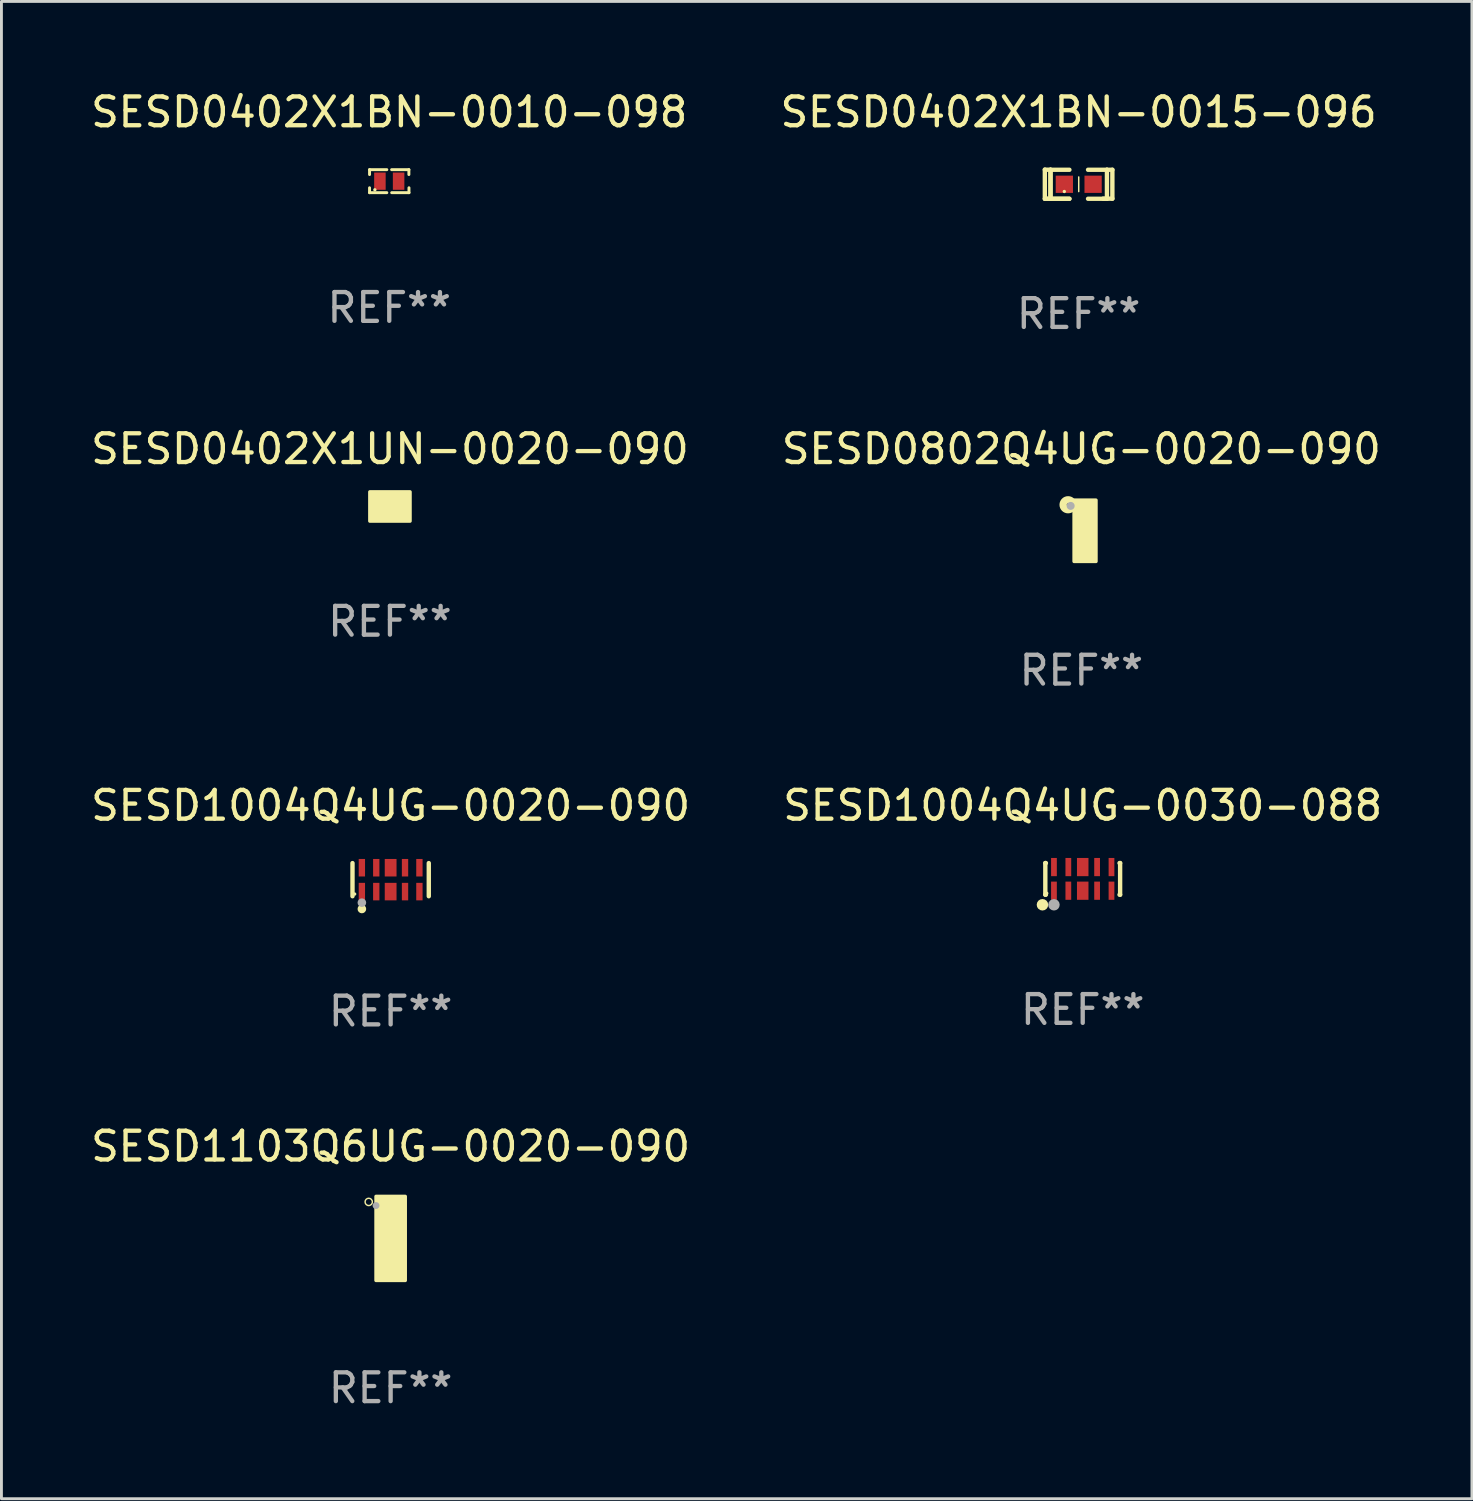
<source format=kicad_pcb>
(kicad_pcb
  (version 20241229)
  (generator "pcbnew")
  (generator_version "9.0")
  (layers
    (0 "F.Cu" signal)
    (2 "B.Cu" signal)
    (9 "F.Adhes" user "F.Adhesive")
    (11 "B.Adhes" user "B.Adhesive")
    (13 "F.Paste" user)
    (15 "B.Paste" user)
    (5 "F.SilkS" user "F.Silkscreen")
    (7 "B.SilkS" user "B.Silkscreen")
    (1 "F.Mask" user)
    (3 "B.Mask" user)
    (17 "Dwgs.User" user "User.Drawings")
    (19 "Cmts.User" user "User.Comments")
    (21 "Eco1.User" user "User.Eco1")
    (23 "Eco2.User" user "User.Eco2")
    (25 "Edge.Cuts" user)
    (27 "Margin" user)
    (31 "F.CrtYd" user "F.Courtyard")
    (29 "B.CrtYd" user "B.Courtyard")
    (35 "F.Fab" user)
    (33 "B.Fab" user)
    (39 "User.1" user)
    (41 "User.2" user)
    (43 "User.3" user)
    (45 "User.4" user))
  (footprint "SESD0402X1UN-0020-090"
    (layer "F.Cu")
    (at 10.506 14.557)
    (property "Reference" "SESD0402X1UN-0020-090" (at 0 -2 0) (layer "F.SilkS") (effects (font (size 1 1) (thickness 0.15))))
    (attr through_hole)
    (fp_circle (center -0.5 0.3) (end -0.47 0.3) (stroke (width 0.06) (type solid)) (fill no) (layer "F.SilkS"))
    (fp_poly (pts (xy -0.699 -0.508) (xy 0.698 -0.508) (xy 0.698 0.508) (xy -0.699 0.508)) (stroke (width 0.12) (type solid)) (fill yes) (layer "F.SilkS"))
    (fp_text user "REF**" (at 0 4 0) (layer "F.Fab") (effects (font (size 1 1) (thickness 0.15))))
    (pad "1" smd rect (at -0.325 0) (size 0.4 0.7) (layers "F.Cu" "F.Mask" "F.Paste"))
    (pad "2" smd rect (at 0.325 0) (size 0.4 0.7) (layers "F.Cu" "F.Mask" "F.Paste")))
  (footprint "SESD1004Q4UG-0030-088"
    (layer "F.Cu")
    (at 34.589 27.503)
    (property "Reference" "SESD1004Q4UG-0030-088" (at 0 -2.55 0) (layer "F.SilkS") (effects (font (size 1 1) (thickness 0.15))))
    (attr through_hole)
    (fp_line (start -1.3 -0.55) (end -1.3 0.55) (stroke (width 0.152) (type solid)) (layer "F.SilkS"))
    (fp_line (start -1.3 0.55) (end -1.28 0.55) (stroke (width 0.152) (type solid)) (layer "F.SilkS"))
    (fp_line (start -1.28 -0.55) (end -1.3 -0.55) (stroke (width 0.152) (type solid)) (layer "F.SilkS"))
    (fp_line (start 1.28 0.55) (end 1.3 0.55) (stroke (width 0.152) (type solid)) (layer "F.SilkS"))
    (fp_line (start 1.3 -0.55) (end 1.28 -0.55) (stroke (width 0.152) (type solid)) (layer "F.SilkS"))
    (fp_line (start 1.3 0.55) (end 1.3 -0.55) (stroke (width 0.152) (type solid)) (layer "F.SilkS"))
    (fp_circle (center -1.4 0.9) (end -1.3 0.9) (stroke (width 0.2) (type solid)) (fill no) (layer "F.SilkS"))
    (fp_circle (center -1.25 0.5) (end -1.22 0.5) (stroke (width 0.06) (type solid)) (fill no) (layer "F.SilkS"))
    (fp_circle (center -1 0.9) (end -0.9 0.9) (stroke (width 0.2) (type solid)) (fill no) (layer "F.Fab"))
    (fp_text user "REF**" (at 0 4.55 0) (layer "F.Fab") (effects (font (size 1 1) (thickness 0.15))))
    (pad "1" smd rect (at -1 0.411) (size 0.2 0.633) (layers "F.Cu" "F.Mask" "F.Paste"))
    (pad "2" smd rect (at -0.5 0.411) (size 0.2 0.633) (layers "F.Cu" "F.Mask" "F.Paste"))
    (pad "3" smd rect (at 0 0.411) (size 0.4 0.633) (layers "F.Cu" "F.Mask" "F.Paste"))
    (pad "4" smd rect (at 0.5 0.411) (size 0.2 0.633) (layers "F.Cu" "F.Mask" "F.Paste"))
    (pad "5" smd rect (at 1 0.411) (size 0.2 0.633) (layers "F.Cu" "F.Mask" "F.Paste"))
    (pad "6" smd rect (at 1 -0.411) (size 0.2 0.633) (layers "F.Cu" "F.Mask" "F.Paste"))
    (pad "7" smd rect (at 0.5 -0.411) (size 0.2 0.633) (layers "F.Cu" "F.Mask" "F.Paste"))
    (pad "8" smd rect (at 0 -0.411) (size 0.4 0.633) (layers "F.Cu" "F.Mask" "F.Paste"))
    (pad "9" smd rect (at -0.5 -0.411) (size 0.2 0.633) (layers "F.Cu" "F.Mask" "F.Paste"))
    (pad "10" smd rect (at -1 -0.411) (size 0.2 0.633) (layers "F.Cu" "F.Mask" "F.Paste")))
  (footprint "SESD0802Q4UG-0020-090"
    (layer "F.Cu")
    (at 34.542 15.407)
    (property "Reference" "SESD0802Q4UG-0020-090" (at 0 -2.85 0) (layer "F.SilkS") (effects (font (size 1 1) (thickness 0.15))))
    (attr through_hole)
    (fp_line (start -0.252 -0.65) (end -0.253 -0.65) (stroke (width 0.051) (type solid)) (layer "F.SilkS"))
    (fp_line (start -0.252 -0.65) (end -0.253 -0.65) (stroke (width 0.051) (type solid)) (layer "F.SilkS"))
    (fp_circle (center -0.462 -0.91) (end -0.417 -0.91) (stroke (width 0.254) (type solid)) (fill no) (layer "F.SilkS"))
    (fp_circle (center -0.172 -1) (end -0.142 -1) (stroke (width 0.06) (type solid)) (fill no) (layer "F.SilkS"))
    (fp_poly (pts (xy -0.253 -1.07) (xy 0.508 -1.07) (xy 0.508 1.06) (xy -0.253 1.06)) (stroke (width 0.12) (type solid)) (fill yes) (layer "F.SilkS"))
    (fp_circle (center -0.372 -0.87) (end -0.302 -0.87) (stroke (width 0.14) (type solid)) (fill no) (layer "F.Fab"))
    (fp_text user "REF**" (at 0 4.85 0) (layer "F.Fab") (effects (font (size 1 1) (thickness 0.15))))
    (pad "1" smd rect (at 0.003 -0.85) (size 0.35 0.2) (layers "F.Cu" "F.Mask" "F.Paste"))
    (pad "2" smd rect (at 0.003 0.45 180) (size 0.35 0.2) (layers "F.Cu" "F.Mask" "F.Paste"))
    (pad "3" smd rect (at 0.253 0.85) (size 0.35 0.2) (layers "F.Cu" "F.Mask" "F.Paste"))
    (pad "4" smd rect (at 0.253 -0.45) (size 0.35 0.2) (layers "F.Cu" "F.Mask" "F.Paste"))
    (pad "G" smd rect (at 0.128 0) (size 0.5 0.3) (layers "F.Cu" "F.Mask" "F.Paste")))
  (footprint "SESD0402X1BN-0015-096"
    (layer "F.Cu")
    (at 34.446 3.354)
    (property "Reference" "SESD0402X1BN-0015-096" (at 0 -2.506 0) (layer "F.SilkS") (effects (font (size 1 1) (thickness 0.15))))
    (attr through_hole)
    (fp_line (start -1.174 -0.506) (end -0.977 -0.502) (stroke (width 0.152) (type solid)) (layer "F.SilkS"))
    (fp_line (start -1.174 0.506) (end -1.174 -0.506) (stroke (width 0.152) (type solid)) (layer "F.SilkS"))
    (fp_line (start -0.977 -0.502) (end -0.977 0.506) (stroke (width 0.152) (type solid)) (layer "F.SilkS"))
    (fp_line (start -0.977 -0.502) (end -0.977 0.506) (stroke (width 0.152) (type solid)) (layer "F.SilkS"))
    (fp_line (start -0.977 0.506) (end -1.166 0.506) (stroke (width 0.152) (type solid)) (layer "F.SilkS"))
    (fp_line (start -0.977 0.506) (end -0.32 0.506) (stroke (width 0.152) (type solid)) (layer "F.SilkS"))
    (fp_line (start -0.977 0.506) (end -0.32 0.506) (stroke (width 0.152) (type solid)) (layer "F.SilkS"))
    (fp_line (start -0.971 0.506) (end -1.174 0.506) (stroke (width 0.152) (type solid)) (layer "F.SilkS"))
    (fp_line (start -0.32 -0.502) (end -0.977 -0.502) (stroke (width 0.152) (type solid)) (layer "F.SilkS"))
    (fp_line (start 0.004 -0.252) (end 0.004 0.256) (stroke (width 0.051) (type solid)) (layer "F.SilkS"))
    (fp_line (start 0.328 0.506) (end 0.985 0.506) (stroke (width 0.152) (type solid)) (layer "F.SilkS"))
    (fp_line (start 0.985 -0.502) (end 0.328 -0.502) (stroke (width 0.152) (type solid)) (layer "F.SilkS"))
    (fp_line (start 0.985 -0.502) (end 1.174 -0.502) (stroke (width 0.152) (type solid)) (layer "F.SilkS"))
    (fp_line (start 0.985 0.506) (end 0.985 -0.502) (stroke (width 0.152) (type solid)) (layer "F.SilkS"))
    (fp_line (start 1.174 -0.502) (end 1.174 0.502) (stroke (width 0.152) (type solid)) (layer "F.SilkS"))
    (fp_line (start 1.174 0.502) (end 0.851 0.502) (stroke (width 0.152) (type solid)) (layer "F.SilkS"))
    (fp_circle (center -0.497 0.253) (end -0.467 0.253) (stroke (width 0.06) (type solid)) (fill no) (layer "F.SilkS"))
    (fp_text user "REF**" (at 0 4.506 0) (layer "F.Fab") (effects (font (size 1 1) (thickness 0.15))))
    (pad "1" smd rect (at -0.496 0.002) (size 0.6 0.6) (layers "F.Cu" "F.Mask" "F.Paste"))
    (pad "2" smd rect (at 0.504 0.002) (size 0.6 0.6) (layers "F.Cu" "F.Mask" "F.Paste")))
  (footprint "SESD0402X1BN-0010-098"
    (layer "F.Cu")
    (at 10.482 3.248)
    (property "Reference" "SESD0402X1BN-0010-098" (at 0 -2.4 0) (layer "F.SilkS") (effects (font (size 1 1) (thickness 0.15))))
    (attr through_hole)
    (fp_line (start -0.685 -0.4) (end -0.685 -0.23) (stroke (width 0.102) (type solid)) (layer "F.SilkS"))
    (fp_line (start -0.685 0.4) (end -0.685 0.23) (stroke (width 0.102) (type solid)) (layer "F.SilkS"))
    (fp_line (start -0.085 -0.4) (end -0.685 -0.4) (stroke (width 0.102) (type solid)) (layer "F.SilkS"))
    (fp_line (start -0.085 0.4) (end -0.685 0.4) (stroke (width 0.102) (type solid)) (layer "F.SilkS"))
    (fp_line (start 0.082 -0.4) (end 0.682 -0.4) (stroke (width 0.102) (type solid)) (layer "F.SilkS"))
    (fp_line (start 0.085 0.4) (end 0.685 0.4) (stroke (width 0.102) (type solid)) (layer "F.SilkS"))
    (fp_line (start 0.682 -0.4) (end 0.682 -0.23) (stroke (width 0.102) (type solid)) (layer "F.SilkS"))
    (fp_line (start 0.685 0.4) (end 0.685 0.23) (stroke (width 0.102) (type solid)) (layer "F.SilkS"))
    (fp_circle (center -0.5 0.3) (end -0.47 0.3) (stroke (width 0.06) (type solid)) (fill no) (layer "F.SilkS"))
    (fp_text user "REF**" (at 0 4.4 0) (layer "F.Fab") (effects (font (size 1 1) (thickness 0.15))))
    (pad "1" smd rect (at -0.325 0) (size 0.4 0.6) (layers "F.Cu" "F.Mask" "F.Paste"))
    (pad "2" smd rect (at 0.325 0) (size 0.4 0.6) (layers "F.Cu" "F.Mask" "F.Paste")))
  (footprint "SESD1103Q6UG-0020-090"
    (layer "F.Cu")
    (at 10.53 40.002)
    (property "Reference" "SESD1103Q6UG-0020-090" (at 0 -3.2 0) (layer "F.SilkS") (effects (font (size 1 1) (thickness 0.15))))
    (attr through_hole)
    (fp_circle (center -0.762 -1.27) (end -0.635 -1.27) (stroke (width 0.05) (type solid)) (fill no) (layer "F.SilkS"))
    (fp_circle (center -0.4 -1.4) (end -0.37 -1.4) (stroke (width 0.06) (type solid)) (fill no) (layer "F.SilkS"))
    (fp_poly (pts (xy -0.508 -1.461) (xy 0.508 -1.461) (xy 0.508 1.46) (xy -0.508 1.46)) (stroke (width 0.12) (type solid)) (fill yes) (layer "F.SilkS"))
    (fp_circle (center -0.508 -1.143) (end -0.448 -1.143) (stroke (width 0.12) (type solid)) (fill no) (layer "F.Fab"))
    (fp_text user "REF**" (at 0 5.2 0) (layer "F.Fab") (effects (font (size 1 1) (thickness 0.15))))
    (pad "1" smd rect (at -0.2 -1.2) (size 0.35 0.2) (layers "F.Cu" "F.Mask" "F.Paste"))
    (pad "2" smd rect (at -0.2 0) (size 0.35 0.2) (layers "F.Cu" "F.Mask" "F.Paste"))
    (pad "3" smd rect (at -0.2 0.8) (size 0.35 0.2) (layers "F.Cu" "F.Mask" "F.Paste"))
    (pad "4" smd rect (at 0.2 1.2) (size 0.35 0.2) (layers "F.Cu" "F.Mask" "F.Paste"))
    (pad "5" smd rect (at 0.2 0.4) (size 0.35 0.2) (layers "F.Cu" "F.Mask" "F.Paste"))
    (pad "6" smd rect (at 0.2 -0.8) (size 0.35 0.2) (layers "F.Cu" "F.Mask" "F.Paste"))
    (pad "G" smd rect (at 0 -0.4) (size 0.55 0.22) (layers "F.Cu" "F.Mask" "F.Paste")))
  (footprint "SESD1004Q4UG-0020-090"
    (layer "F.Cu")
    (at 10.53 27.53)
    (property "Reference" "SESD1004Q4UG-0020-090" (at 0 -2.576 0) (layer "F.SilkS") (effects (font (size 1 1) (thickness 0.15))))
    (attr through_hole)
    (fp_line (start -1.326 0.576) (end -1.326 -0.576) (stroke (width 0.152) (type solid)) (layer "F.SilkS"))
    (fp_line (start 1.326 0.576) (end 1.326 -0.576) (stroke (width 0.152) (type solid)) (layer "F.SilkS"))
    (fp_circle (center -1.25 0.5) (end -1.22 0.5) (stroke (width 0.06) (type solid)) (fill no) (layer "F.SilkS"))
    (fp_circle (center -1 1.019) (end -0.925 1.019) (stroke (width 0.15) (type solid)) (fill no) (layer "F.SilkS"))
    (fp_circle (center -1 0.8) (end -0.925 0.8) (stroke (width 0.15) (type solid)) (fill no) (layer "F.Fab"))
    (fp_text user "REF**" (at 0 4.576 0) (layer "F.Fab") (effects (font (size 1 1) (thickness 0.15))))
    (pad "1" smd rect (at -1 0.415) (size 0.22 0.609) (layers "F.Cu" "F.Mask" "F.Paste"))
    (pad "2" smd rect (at -0.5 0.415) (size 0.22 0.609) (layers "F.Cu" "F.Mask" "F.Paste"))
    (pad "3" smd rect (at 0 0.415) (size 0.41 0.609) (layers "F.Cu" "F.Mask" "F.Paste"))
    (pad "4" smd rect (at 0.5 0.415) (size 0.22 0.609) (layers "F.Cu" "F.Mask" "F.Paste"))
    (pad "5" smd rect (at 1 0.415) (size 0.22 0.609) (layers "F.Cu" "F.Mask" "F.Paste"))
    (pad "6" smd rect (at 1 -0.415) (size 0.22 0.609) (layers "F.Cu" "F.Mask" "F.Paste"))
    (pad "7" smd rect (at 0.5 -0.415) (size 0.22 0.609) (layers "F.Cu" "F.Mask" "F.Paste"))
    (pad "8" smd rect (at 0 -0.415) (size 0.41 0.609) (layers "F.Cu" "F.Mask" "F.Paste"))
    (pad "9" smd rect (at -0.5 -0.415) (size 0.22 0.609) (layers "F.Cu" "F.Mask" "F.Paste"))
    (pad "10" smd rect (at -1 -0.415) (size 0.22 0.609) (layers "F.Cu" "F.Mask" "F.Paste")))
  (gr_rect
    (start -3 -3)
    (end 48.119 49.051)
    (stroke (width 0.1) (type default))
    (fill no)
    (layer "Edge.Cuts")))
</source>
